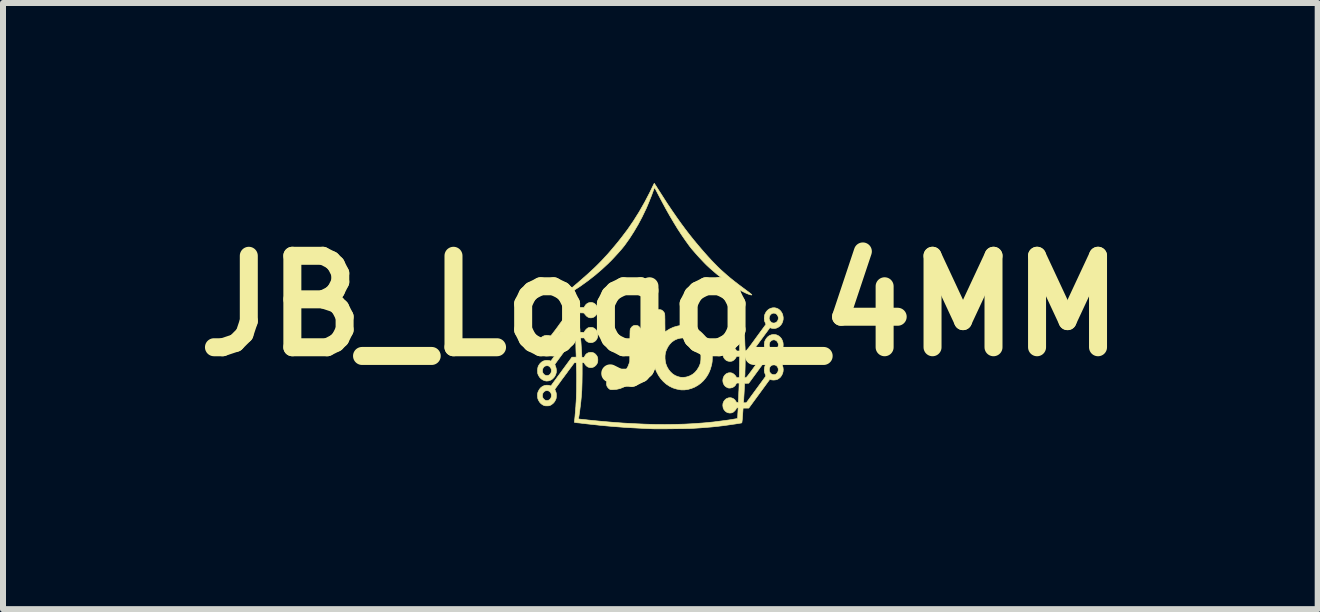
<source format=kicad_pcb>
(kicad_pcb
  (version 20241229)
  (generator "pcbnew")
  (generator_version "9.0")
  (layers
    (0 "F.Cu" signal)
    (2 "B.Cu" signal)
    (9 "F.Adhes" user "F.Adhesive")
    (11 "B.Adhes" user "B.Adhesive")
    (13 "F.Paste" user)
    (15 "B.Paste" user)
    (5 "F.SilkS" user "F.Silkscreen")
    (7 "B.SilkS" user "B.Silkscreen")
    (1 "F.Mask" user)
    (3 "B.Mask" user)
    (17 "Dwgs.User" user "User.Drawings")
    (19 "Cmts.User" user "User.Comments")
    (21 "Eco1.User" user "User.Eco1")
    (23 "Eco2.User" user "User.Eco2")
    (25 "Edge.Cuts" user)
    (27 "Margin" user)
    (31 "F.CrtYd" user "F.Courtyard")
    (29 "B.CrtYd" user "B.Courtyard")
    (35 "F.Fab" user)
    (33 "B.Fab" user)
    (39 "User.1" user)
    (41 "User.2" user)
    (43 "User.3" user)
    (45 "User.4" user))
  (footprint "JB_Logo_4MM"
    (layer "F.Cu")
    (at 7.954 2.047)
    (property "Reference" "JB_Logo_4MM" (at 0 0 0) (layer "F.SilkS") (effects (font (size 1.524 1.524) (thickness 0.3))))
    (attr exclude_from_pos_files exclude_from_bom)
    (fp_poly (pts (xy -0.389 0.327) (xy -0.371 0.333) (xy -0.37 0.333) (xy -0.355 0.345) (xy -0.34 0.362) (xy -0.328 0.38) (xy -0.321 0.396) (xy -0.32 0.404) (xy -0.319 0.42) (xy -0.319 0.444) (xy -0.318 0.475) (xy -0.318 0.513) (xy -0.317 0.557) (xy -0.317 0.606) (xy -0.317 0.66) (xy -0.317 0.661) (xy -0.317 0.719) (xy -0.317 0.769) (xy -0.317 0.812) (xy -0.318 0.849) (xy -0.319 0.88) (xy -0.32 0.906) (xy -0.321 0.928) (xy -0.323 0.947) (xy -0.325 0.964) (xy -0.328 0.98) (xy -0.332 0.995) (xy -0.336 1.01) (xy -0.341 1.027) (xy -0.342 1.029) (xy -0.365 1.092) (xy -0.394 1.15) (xy -0.43 1.203) (xy -0.47 1.251) (xy -0.515 1.293) (xy -0.564 1.328) (xy -0.617 1.356) (xy -0.672 1.378) (xy -0.73 1.391) (xy -0.776 1.395) (xy -0.798 1.396) (xy -0.814 1.396) (xy -0.826 1.395) (xy -0.835 1.393) (xy -0.843 1.389) (xy -0.844 1.389) (xy -0.861 1.376) (xy -0.876 1.359) (xy -0.889 1.339) (xy -0.893 1.326) (xy -0.898 1.296) (xy -0.895 1.267) (xy -0.884 1.241) (xy -0.875 1.228) (xy -0.861 1.213) (xy -0.846 1.202) (xy -0.828 1.194) (xy -0.805 1.19) (xy -0.787 1.187) (xy -0.738 1.18) (xy -0.694 1.165) (xy -0.654 1.143) (xy -0.617 1.114) (xy -0.597 1.094) (xy -0.564 1.053) (xy -0.538 1.007) (xy -0.521 0.962) (xy -0.51 0.927) (xy -0.508 0.663) (xy -0.508 0.608) (xy -0.507 0.561) (xy -0.507 0.521) (xy -0.506 0.489) (xy -0.506 0.462) (xy -0.505 0.441) (xy -0.505 0.424) (xy -0.504 0.411) (xy -0.503 0.401) (xy -0.502 0.394) (xy -0.501 0.389) (xy -0.499 0.385) (xy -0.497 0.381) (xy -0.497 0.38) (xy -0.482 0.357) (xy -0.463 0.339) (xy -0.448 0.331) (xy -0.431 0.326) (xy -0.41 0.325) (xy -0.389 0.327)) (stroke (width 0.01) (type solid)) (fill yes) (layer "F.SilkS"))
    (fp_poly (pts (xy -0.098 -2.038) (xy -0.092 -2.028) (xy -0.082 -2.013) (xy -0.069 -1.994) (xy -0.055 -1.971) (xy -0.047 -1.958) (xy 0.035 -1.83) (xy 0.114 -1.707) (xy 0.192 -1.591) (xy 0.268 -1.481) (xy 0.342 -1.377) (xy 0.413 -1.281) (xy 0.481 -1.192) (xy 0.546 -1.111) (xy 0.548 -1.108) (xy 0.615 -1.027) (xy 0.678 -0.953) (xy 0.737 -0.885) (xy 0.794 -0.821) (xy 0.848 -0.762) (xy 0.901 -0.707) (xy 0.953 -0.654) (xy 1.005 -0.604) (xy 1.059 -0.556) (xy 1.113 -0.508) (xy 1.17 -0.46) (xy 1.229 -0.413) (xy 1.292 -0.364) (xy 1.36 -0.313) (xy 1.414 -0.273) (xy 1.439 -0.254) (xy 1.462 -0.237) (xy 1.482 -0.222) (xy 1.498 -0.209) (xy 1.51 -0.199) (xy 1.516 -0.194) (xy 1.525 -0.182) (xy 1.513 -0.182) (xy 1.499 -0.185) (xy 1.479 -0.191) (xy 1.454 -0.2) (xy 1.424 -0.213) (xy 1.391 -0.229) (xy 1.356 -0.247) (xy 1.319 -0.267) (xy 1.281 -0.289) (xy 1.278 -0.29) (xy 1.164 -0.362) (xy 1.051 -0.442) (xy 0.938 -0.531) (xy 0.827 -0.627) (xy 0.771 -0.679) (xy 0.746 -0.704) (xy 0.718 -0.733) (xy 0.687 -0.766) (xy 0.654 -0.801) (xy 0.621 -0.837) (xy 0.589 -0.873) (xy 0.558 -0.909) (xy 0.53 -0.941) (xy 0.506 -0.971) (xy 0.487 -0.995) (xy 0.486 -0.996) (xy 0.419 -1.089) (xy 0.352 -1.186) (xy 0.286 -1.287) (xy 0.221 -1.394) (xy 0.154 -1.507) (xy 0.087 -1.626) (xy 0.019 -1.753) (xy -0.038 -1.861) (xy -0.056 -1.896) (xy -0.07 -1.923) (xy -0.081 -1.943) (xy -0.089 -1.957) (xy -0.095 -1.965) (xy -0.098 -1.969) (xy -0.1 -1.968) (xy -0.113 -1.931) (xy -0.129 -1.888) (xy -0.146 -1.841) (xy -0.166 -1.792) (xy -0.185 -1.743) (xy -0.205 -1.695) (xy -0.224 -1.65) (xy -0.241 -1.611) (xy -0.244 -1.606) (xy -0.305 -1.479) (xy -0.371 -1.355) (xy -0.442 -1.235) (xy -0.516 -1.12) (xy -0.593 -1.012) (xy -0.603 -0.999) (xy -0.622 -0.975) (xy -0.646 -0.946) (xy -0.673 -0.915) (xy -0.704 -0.88) (xy -0.736 -0.845) (xy -0.769 -0.809) (xy -0.801 -0.775) (xy -0.832 -0.743) (xy -0.861 -0.715) (xy -0.864 -0.711) (xy -0.973 -0.61) (xy -1.086 -0.513) (xy -1.202 -0.422) (xy -1.32 -0.337) (xy -1.355 -0.313) (xy -1.394 -0.288) (xy -1.431 -0.264) (xy -1.465 -0.243) (xy -1.497 -0.225) (xy -1.526 -0.209) (xy -1.55 -0.197) (xy -1.57 -0.189) (xy -1.585 -0.184) (xy -1.594 -0.183) (xy -1.597 -0.186) (xy -1.595 -0.191) (xy -1.589 -0.198) (xy -1.579 -0.208) (xy -1.564 -0.223) (xy -1.544 -0.241) (xy -1.518 -0.263) (xy -1.487 -0.29) (xy -1.449 -0.322) (xy -1.43 -0.338) (xy -1.353 -0.404) (xy -1.281 -0.467) (xy -1.214 -0.526) (xy -1.152 -0.583) (xy -1.093 -0.638) (xy -1.037 -0.693) (xy -0.983 -0.748) (xy -0.931 -0.804) (xy -0.878 -0.861) (xy -0.826 -0.921) (xy -0.772 -0.985) (xy -0.716 -1.052) (xy -0.658 -1.125) (xy -0.651 -1.134) (xy -0.546 -1.272) (xy -0.446 -1.418) (xy -0.35 -1.571) (xy -0.259 -1.731) (xy -0.172 -1.898) (xy -0.138 -1.969) (xy -0.127 -1.992) (xy -0.117 -2.012) (xy -0.109 -2.028) (xy -0.104 -2.038) (xy -0.101 -2.042) (xy -0.098 -2.038)) (stroke (width 0.01) (type solid)) (fill yes) (layer "F.SilkS"))
    (fp_poly (pts (xy 0.005 0.065) (xy 0.019 0.069) (xy 0.041 0.084) (xy 0.06 0.106) (xy 0.066 0.118) (xy 0.069 0.123) (xy 0.071 0.129) (xy 0.072 0.135) (xy 0.073 0.144) (xy 0.074 0.157) (xy 0.075 0.174) (xy 0.075 0.196) (xy 0.076 0.224) (xy 0.076 0.26) (xy 0.076 0.286) (xy 0.078 0.435) (xy 0.105 0.416) (xy 0.161 0.382) (xy 0.221 0.355) (xy 0.284 0.337) (xy 0.314 0.331) (xy 0.374 0.326) (xy 0.434 0.329) (xy 0.494 0.341) (xy 0.553 0.361) (xy 0.61 0.39) (xy 0.654 0.419) (xy 0.675 0.436) (xy 0.699 0.458) (xy 0.723 0.483) (xy 0.746 0.508) (xy 0.765 0.533) (xy 0.768 0.538) (xy 0.8 0.59) (xy 0.826 0.648) (xy 0.845 0.709) (xy 0.859 0.772) (xy 0.865 0.835) (xy 0.866 0.859) (xy 0.865 0.898) (xy 0.863 0.931) (xy 0.858 0.963) (xy 0.85 0.996) (xy 0.847 1.008) (xy 0.833 1.055) (xy 0.817 1.097) (xy 0.797 1.137) (xy 0.773 1.177) (xy 0.755 1.202) (xy 0.717 1.248) (xy 0.673 1.289) (xy 0.625 1.324) (xy 0.572 1.354) (xy 0.518 1.376) (xy 0.461 1.392) (xy 0.404 1.4) (xy 0.348 1.4) (xy 0.333 1.398) (xy 0.27 1.386) (xy 0.209 1.367) (xy 0.152 1.339) (xy 0.099 1.304) (xy 0.051 1.262) (xy 0.007 1.213) (xy -0.031 1.158) (xy -0.064 1.096) (xy -0.066 1.092) (xy -0.083 1.05) (xy -0.097 1.002) (xy -0.104 0.972) (xy -0.105 0.966) (xy -0.107 0.959) (xy -0.107 0.95) (xy -0.108 0.938) (xy -0.109 0.924) (xy -0.11 0.907) (xy -0.11 0.885) (xy -0.11 0.876) (xy 0.078 0.876) (xy 0.082 0.919) (xy 0.09 0.958) (xy 0.092 0.966) (xy 0.112 1.017) (xy 0.138 1.062) (xy 0.169 1.1) (xy 0.204 1.133) (xy 0.244 1.159) (xy 0.286 1.177) (xy 0.331 1.189) (xy 0.378 1.192) (xy 0.426 1.187) (xy 0.449 1.181) (xy 0.496 1.164) (xy 0.54 1.139) (xy 0.578 1.107) (xy 0.611 1.068) (xy 0.639 1.023) (xy 0.646 1.01) (xy 0.658 0.981) (xy 0.667 0.955) (xy 0.672 0.928) (xy 0.675 0.899) (xy 0.676 0.865) (xy 0.676 0.861) (xy 0.676 0.835) (xy 0.675 0.816) (xy 0.673 0.8) (xy 0.67 0.785) (xy 0.666 0.769) (xy 0.665 0.767) (xy 0.646 0.716) (xy 0.621 0.671) (xy 0.591 0.632) (xy 0.554 0.598) (xy 0.51 0.568) (xy 0.505 0.565) (xy 0.463 0.547) (xy 0.418 0.537) (xy 0.373 0.534) (xy 0.327 0.539) (xy 0.282 0.551) (xy 0.239 0.57) (xy 0.199 0.597) (xy 0.187 0.607) (xy 0.157 0.639) (xy 0.13 0.676) (xy 0.108 0.718) (xy 0.091 0.76) (xy 0.083 0.792) (xy 0.078 0.832) (xy 0.078 0.876) (xy -0.11 0.876) (xy -0.111 0.859) (xy -0.111 0.828) (xy -0.111 0.791) (xy -0.112 0.747) (xy -0.112 0.697) (xy -0.112 0.639) (xy -0.113 0.573) (xy -0.113 0.547) (xy -0.113 0.473) (xy -0.113 0.407) (xy -0.113 0.35) (xy -0.113 0.3) (xy -0.113 0.258) (xy -0.113 0.222) (xy -0.112 0.193) (xy -0.112 0.171) (xy -0.111 0.154) (xy -0.11 0.142) (xy -0.11 0.135) (xy -0.109 0.135) (xy -0.101 0.114) (xy -0.087 0.094) (xy -0.07 0.078) (xy -0.059 0.071) (xy -0.04 0.065) (xy -0.017 0.063) (xy 0.005 0.065)) (stroke (width 0.01) (type solid)) (fill yes) (layer "F.SilkS"))
    (fp_poly (pts (xy 1.316 -0.183) (xy 1.322 -0.17) (xy 1.328 -0.15) (xy 1.334 -0.123) (xy 1.341 -0.089) (xy 1.348 -0.051) (xy 1.355 -0.007) (xy 1.361 0.042) (xy 1.368 0.094) (xy 1.375 0.149) (xy 1.381 0.206) (xy 1.386 0.26) (xy 1.39 0.314) (xy 1.395 0.373) (xy 1.399 0.434) (xy 1.403 0.495) (xy 1.406 0.552) (xy 1.408 0.604) (xy 1.408 0.605) (xy 1.409 0.633) (xy 1.41 0.661) (xy 1.412 0.688) (xy 1.413 0.709) (xy 1.413 0.711) (xy 1.413 0.723) (xy 1.414 0.734) (xy 1.415 0.742) (xy 1.417 0.748) (xy 1.421 0.75) (xy 1.425 0.75) (xy 1.432 0.745) (xy 1.441 0.736) (xy 1.452 0.723) (xy 1.467 0.706) (xy 1.484 0.683) (xy 1.506 0.654) (xy 1.531 0.62) (xy 1.561 0.579) (xy 1.595 0.532) (xy 1.598 0.528) (xy 1.76 0.307) (xy 1.747 0.277) (xy 1.74 0.262) (xy 1.736 0.25) (xy 1.734 0.237) (xy 1.733 0.221) (xy 1.733 0.205) (xy 1.733 0.204) (xy 1.813 0.204) (xy 1.814 0.215) (xy 1.823 0.242) (xy 1.837 0.263) (xy 1.855 0.278) (xy 1.876 0.286) (xy 1.9 0.286) (xy 1.924 0.278) (xy 1.925 0.277) (xy 1.943 0.264) (xy 1.957 0.244) (xy 1.963 0.228) (xy 1.966 0.207) (xy 1.965 0.189) (xy 1.959 0.171) (xy 1.946 0.148) (xy 1.928 0.132) (xy 1.907 0.123) (xy 1.884 0.121) (xy 1.86 0.128) (xy 1.859 0.128) (xy 1.841 0.142) (xy 1.826 0.16) (xy 1.817 0.181) (xy 1.813 0.204) (xy 1.733 0.204) (xy 1.734 0.183) (xy 1.735 0.167) (xy 1.738 0.154) (xy 1.742 0.141) (xy 1.744 0.136) (xy 1.762 0.102) (xy 1.783 0.076) (xy 1.809 0.055) (xy 1.84 0.04) (xy 1.874 0.032) (xy 1.908 0.032) (xy 1.941 0.04) (xy 1.971 0.055) (xy 1.997 0.077) (xy 2.019 0.105) (xy 2.036 0.138) (xy 2.04 0.152) (xy 2.047 0.189) (xy 2.047 0.224) (xy 2.04 0.258) (xy 2.027 0.29) (xy 2.009 0.318) (xy 1.986 0.341) (xy 1.96 0.359) (xy 1.93 0.372) (xy 1.899 0.377) (xy 1.866 0.375) (xy 1.851 0.372) (xy 1.837 0.367) (xy 1.828 0.366) (xy 1.823 0.367) (xy 1.82 0.37) (xy 1.819 0.372) (xy 1.815 0.377) (xy 1.807 0.388) (xy 1.795 0.405) (xy 1.779 0.427) (xy 1.759 0.454) (xy 1.737 0.484) (xy 1.712 0.518) (xy 1.685 0.555) (xy 1.656 0.593) (xy 1.643 0.612) (xy 1.473 0.843) (xy 1.444 0.844) (xy 1.415 0.846) (xy 1.413 0.998) (xy 1.412 1.035) (xy 1.411 1.07) (xy 1.41 1.102) (xy 1.41 1.13) (xy 1.409 1.152) (xy 1.408 1.168) (xy 1.408 1.174) (xy 1.405 1.197) (xy 1.421 1.196) (xy 1.424 1.195) (xy 1.427 1.194) (xy 1.431 1.192) (xy 1.435 1.188) (xy 1.441 1.183) (xy 1.448 1.174) (xy 1.458 1.163) (xy 1.47 1.147) (xy 1.484 1.128) (xy 1.502 1.104) (xy 1.524 1.075) (xy 1.549 1.04) (xy 1.579 0.999) (xy 1.598 0.973) (xy 1.76 0.752) (xy 1.747 0.722) (xy 1.74 0.707) (xy 1.736 0.695) (xy 1.734 0.682) (xy 1.733 0.666) (xy 1.733 0.652) (xy 1.814 0.652) (xy 1.818 0.676) (xy 1.828 0.697) (xy 1.844 0.716) (xy 1.846 0.717) (xy 1.866 0.729) (xy 1.887 0.733) (xy 1.911 0.729) (xy 1.912 0.729) (xy 1.931 0.719) (xy 1.948 0.702) (xy 1.96 0.681) (xy 1.966 0.657) (xy 1.967 0.645) (xy 1.965 0.634) (xy 1.961 0.62) (xy 1.959 0.616) (xy 1.946 0.593) (xy 1.928 0.577) (xy 1.907 0.568) (xy 1.884 0.566) (xy 1.86 0.573) (xy 1.859 0.573) (xy 1.839 0.588) (xy 1.825 0.606) (xy 1.817 0.629) (xy 1.814 0.652) (xy 1.733 0.652) (xy 1.733 0.65) (xy 1.734 0.629) (xy 1.735 0.613) (xy 1.737 0.601) (xy 1.742 0.587) (xy 1.746 0.577) (xy 1.765 0.544) (xy 1.789 0.517) (xy 1.817 0.496) (xy 1.848 0.483) (xy 1.881 0.477) (xy 1.915 0.479) (xy 1.937 0.484) (xy 1.969 0.499) (xy 1.995 0.52) (xy 2.017 0.545) (xy 2.032 0.574) (xy 2.043 0.606) (xy 2.047 0.639) (xy 2.046 0.672) (xy 2.04 0.705) (xy 2.027 0.735) (xy 2.009 0.763) (xy 1.985 0.788) (xy 1.957 0.806) (xy 1.93 0.816) (xy 1.901 0.822) (xy 1.873 0.822) (xy 1.857 0.819) (xy 1.844 0.815) (xy 1.833 0.812) (xy 1.831 0.812) (xy 1.828 0.812) (xy 1.824 0.816) (xy 1.818 0.822) (xy 1.81 0.832) (xy 1.799 0.845) (xy 1.786 0.863) (xy 1.768 0.885) (xy 1.748 0.913) (xy 1.723 0.946) (xy 1.695 0.986) (xy 1.661 1.031) (xy 1.648 1.05) (xy 1.473 1.289) (xy 1.439 1.29) (xy 1.404 1.29) (xy 1.397 1.427) (xy 1.395 1.462) (xy 1.393 1.496) (xy 1.391 1.526) (xy 1.39 1.553) (xy 1.388 1.573) (xy 1.387 1.587) (xy 1.387 1.589) (xy 1.385 1.615) (xy 1.433 1.615) (xy 1.593 1.396) (xy 1.621 1.358) (xy 1.648 1.321) (xy 1.673 1.287) (xy 1.695 1.257) (xy 1.715 1.23) (xy 1.731 1.207) (xy 1.744 1.19) (xy 1.752 1.178) (xy 1.756 1.172) (xy 1.757 1.172) (xy 1.756 1.165) (xy 1.753 1.153) (xy 1.747 1.138) (xy 1.747 1.136) (xy 1.74 1.12) (xy 1.736 1.107) (xy 1.734 1.093) (xy 1.734 1.075) (xy 1.734 1.071) (xy 1.815 1.071) (xy 1.82 1.094) (xy 1.83 1.114) (xy 1.846 1.131) (xy 1.864 1.142) (xy 1.886 1.147) (xy 1.908 1.146) (xy 1.919 1.142) (xy 1.93 1.134) (xy 1.942 1.124) (xy 1.945 1.12) (xy 1.959 1.097) (xy 1.965 1.074) (xy 1.965 1.05) (xy 1.958 1.028) (xy 1.947 1.009) (xy 1.93 0.994) (xy 1.909 0.985) (xy 1.89 0.983) (xy 1.865 0.987) (xy 1.844 0.998) (xy 1.828 1.016) (xy 1.818 1.041) (xy 1.817 1.046) (xy 1.815 1.071) (xy 1.734 1.071) (xy 1.733 1.065) (xy 1.736 1.03) (xy 1.743 1.001) (xy 1.755 0.974) (xy 1.772 0.95) (xy 1.796 0.926) (xy 1.822 0.908) (xy 1.852 0.896) (xy 1.854 0.896) (xy 1.887 0.891) (xy 1.92 0.894) (xy 1.951 0.905) (xy 1.98 0.923) (xy 2.006 0.948) (xy 2.026 0.978) (xy 2.033 0.99) (xy 2.044 1.025) (xy 2.048 1.061) (xy 2.045 1.097) (xy 2.035 1.131) (xy 2.019 1.163) (xy 1.998 1.191) (xy 1.971 1.213) (xy 1.952 1.224) (xy 1.931 1.231) (xy 1.905 1.235) (xy 1.879 1.236) (xy 1.854 1.233) (xy 1.845 1.231) (xy 1.824 1.224) (xy 1.473 1.704) (xy 1.426 1.704) (xy 1.379 1.704) (xy 1.374 1.772) (xy 1.371 1.816) (xy 1.368 1.852) (xy 1.366 1.882) (xy 1.364 1.904) (xy 1.362 1.921) (xy 1.36 1.934) (xy 1.359 1.942) (xy 1.357 1.947) (xy 1.355 1.95) (xy 1.354 1.95) (xy 1.348 1.952) (xy 1.336 1.954) (xy 1.317 1.957) (xy 1.294 1.961) (xy 1.267 1.965) (xy 1.238 1.97) (xy 1.233 1.97) (xy 1.139 1.984) (xy 1.045 1.997) (xy 0.951 2.008) (xy 0.856 2.018) (xy 0.756 2.026) (xy 0.652 2.034) (xy 0.542 2.041) (xy 0.528 2.042) (xy 0.511 2.043) (xy 0.487 2.044) (xy 0.456 2.044) (xy 0.42 2.045) (xy 0.379 2.046) (xy 0.335 2.046) (xy 0.288 2.047) (xy 0.24 2.047) (xy 0.191 2.048) (xy 0.142 2.048) (xy 0.094 2.049) (xy 0.048 2.049) (xy 0.005 2.049) (xy -0.035 2.049) (xy -0.069 2.049) (xy -0.098 2.049) (xy -0.121 2.048) (xy -0.132 2.048) (xy -0.255 2.043) (xy -0.371 2.037) (xy -0.481 2.031) (xy -0.588 2.025) (xy -0.692 2.017) (xy -0.796 2.009) (xy -0.899 2) (xy -1.005 1.99) (xy -1.114 1.978) (xy -1.227 1.966) (xy -1.264 1.961) (xy -1.295 1.958) (xy -1.325 1.954) (xy -1.352 1.951) (xy -1.376 1.949) (xy -1.394 1.947) (xy -1.405 1.945) (xy -1.405 1.945) (xy -1.419 1.943) (xy -1.428 1.942) (xy -1.432 1.94) (xy -1.432 1.935) (xy -1.431 1.923) (xy -1.429 1.906) (xy -1.428 1.895) (xy -1.425 1.87) (xy -1.422 1.838) (xy -1.419 1.801) (xy -1.415 1.76) (xy -1.412 1.717) (xy -1.408 1.673) (xy -1.406 1.631) (xy -1.403 1.593) (xy -1.402 1.573) (xy -1.4 1.531) (xy -1.399 1.483) (xy -1.397 1.429) (xy -1.396 1.372) (xy -1.396 1.313) (xy -1.395 1.254) (xy -1.395 1.197) (xy -1.395 1.143) (xy -1.396 1.095) (xy -1.397 1.063) (xy -1.4 0.95) (xy -1.414 0.947) (xy -1.427 0.946) (xy -1.434 0.949) (xy -1.437 0.953) (xy -1.445 0.963) (xy -1.457 0.979) (xy -1.472 1) (xy -1.49 1.024) (xy -1.511 1.052) (xy -1.534 1.082) (xy -1.557 1.115) (xy -1.582 1.148) (xy -1.607 1.182) (xy -1.632 1.215) (xy -1.656 1.248) (xy -1.678 1.279) (xy -1.699 1.307) (xy -1.717 1.332) (xy -1.732 1.353) (xy -1.744 1.369) (xy -1.752 1.38) (xy -1.755 1.384) (xy -1.757 1.389) (xy -1.756 1.397) (xy -1.752 1.408) (xy -1.746 1.422) (xy -1.74 1.437) (xy -1.736 1.45) (xy -1.734 1.464) (xy -1.733 1.48) (xy -1.733 1.495) (xy -1.734 1.516) (xy -1.735 1.531) (xy -1.737 1.544) (xy -1.742 1.557) (xy -1.746 1.566) (xy -1.764 1.599) (xy -1.789 1.627) (xy -1.819 1.649) (xy -1.825 1.652) (xy -1.838 1.659) (xy -1.85 1.663) (xy -1.862 1.665) (xy -1.878 1.666) (xy -1.89 1.666) (xy -1.909 1.666) (xy -1.923 1.664) (xy -1.935 1.661) (xy -1.947 1.656) (xy -1.956 1.652) (xy -1.987 1.631) (xy -2.012 1.604) (xy -2.032 1.57) (xy -2.033 1.567) (xy -2.04 1.551) (xy -2.043 1.539) (xy -2.045 1.525) (xy -2.046 1.508) (xy -2.046 1.495) (xy -2.046 1.486) (xy -1.966 1.486) (xy -1.965 1.511) (xy -1.957 1.534) (xy -1.943 1.554) (xy -1.924 1.569) (xy -1.916 1.573) (xy -1.9 1.578) (xy -1.887 1.578) (xy -1.871 1.575) (xy -1.867 1.574) (xy -1.847 1.564) (xy -1.831 1.547) (xy -1.82 1.526) (xy -1.815 1.503) (xy -1.815 1.479) (xy -1.823 1.456) (xy -1.826 1.449) (xy -1.842 1.43) (xy -1.862 1.417) (xy -1.883 1.412) (xy -1.905 1.413) (xy -1.926 1.421) (xy -1.944 1.436) (xy -1.958 1.457) (xy -1.959 1.461) (xy -1.966 1.486) (xy -2.046 1.486) (xy -2.046 1.474) (xy -2.045 1.458) (xy -2.042 1.446) (xy -2.037 1.432) (xy -2.033 1.423) (xy -2.015 1.39) (xy -1.992 1.363) (xy -1.964 1.342) (xy -1.933 1.328) (xy -1.901 1.322) (xy -1.867 1.323) (xy -1.847 1.328) (xy -1.834 1.331) (xy -1.826 1.333) (xy -1.822 1.331) (xy -1.819 1.328) (xy -1.816 1.324) (xy -1.808 1.313) (xy -1.796 1.296) (xy -1.78 1.274) (xy -1.761 1.248) (xy -1.738 1.217) (xy -1.714 1.183) (xy -1.687 1.147) (xy -1.658 1.108) (xy -1.644 1.088) (xy -1.473 0.855) (xy -1.402 0.854) (xy -1.404 0.797) (xy -1.405 0.776) (xy -1.406 0.747) (xy -1.407 0.715) (xy -1.408 0.68) (xy -1.408 0.645) (xy -1.409 0.635) (xy -1.411 0.529) (xy -1.422 0.529) (xy -1.425 0.53) (xy -1.428 0.532) (xy -1.433 0.537) (xy -1.44 0.544) (xy -1.449 0.555) (xy -1.46 0.569) (xy -1.474 0.587) (xy -1.492 0.61) (xy -1.513 0.638) (xy -1.537 0.672) (xy -1.567 0.712) (xy -1.593 0.748) (xy -1.621 0.786) (xy -1.648 0.823) (xy -1.673 0.857) (xy -1.695 0.887) (xy -1.715 0.914) (xy -1.731 0.937) (xy -1.744 0.954) (xy -1.752 0.966) (xy -1.756 0.972) (xy -1.757 0.972) (xy -1.757 0.979) (xy -1.753 0.991) (xy -1.75 1) (xy -1.737 1.037) (xy -1.732 1.074) (xy -1.734 1.111) (xy -1.744 1.146) (xy -1.762 1.179) (xy -1.778 1.199) (xy -1.801 1.221) (xy -1.824 1.236) (xy -1.85 1.246) (xy -1.864 1.25) (xy -1.897 1.253) (xy -1.929 1.247) (xy -1.959 1.234) (xy -1.988 1.214) (xy -2.012 1.189) (xy -2.031 1.158) (xy -2.035 1.149) (xy -2.04 1.136) (xy -2.044 1.124) (xy -2.045 1.11) (xy -2.046 1.092) (xy -2.046 1.089) (xy -1.965 1.089) (xy -1.959 1.114) (xy -1.946 1.135) (xy -1.929 1.15) (xy -1.908 1.159) (xy -1.886 1.162) (xy -1.863 1.156) (xy -1.85 1.15) (xy -1.833 1.134) (xy -1.821 1.112) (xy -1.815 1.088) (xy -1.816 1.063) (xy -1.817 1.059) (xy -1.824 1.04) (xy -1.837 1.022) (xy -1.851 1.008) (xy -1.864 1.001) (xy -1.884 0.997) (xy -1.906 0.999) (xy -1.926 1.006) (xy -1.932 1.01) (xy -1.948 1.026) (xy -1.959 1.047) (xy -1.965 1.07) (xy -1.965 1.089) (xy -2.046 1.089) (xy -2.046 1.079) (xy -2.044 1.046) (xy -2.039 1.019) (xy -2.029 0.995) (xy -2.013 0.972) (xy -2.006 0.962) (xy -1.98 0.937) (xy -1.95 0.919) (xy -1.917 0.91) (xy -1.899 0.908) (xy -1.871 0.909) (xy -1.848 0.913) (xy -1.845 0.913) (xy -1.825 0.92) (xy -1.649 0.68) (xy -1.473 0.44) (xy -1.413 0.44) (xy -1.416 0.375) (xy -1.417 0.349) (xy -1.418 0.317) (xy -1.419 0.282) (xy -1.42 0.246) (xy -1.421 0.212) (xy -1.422 0.179) (xy -1.423 0.154) (xy -1.424 0.136) (xy -1.425 0.124) (xy -1.427 0.118) (xy -1.429 0.116) (xy -1.429 0.116) (xy -1.432 0.119) (xy -1.44 0.129) (xy -1.453 0.144) (xy -1.469 0.165) (xy -1.488 0.19) (xy -1.509 0.219) (xy -1.533 0.251) (xy -1.559 0.286) (xy -1.582 0.317) (xy -1.609 0.354) (xy -1.636 0.39) (xy -1.66 0.424) (xy -1.683 0.455) (xy -1.703 0.482) (xy -1.72 0.505) (xy -1.733 0.523) (xy -1.741 0.535) (xy -1.745 0.54) (xy -1.761 0.561) (xy -1.753 0.577) (xy -1.739 0.613) (xy -1.732 0.65) (xy -1.733 0.686) (xy -1.741 0.721) (xy -1.756 0.754) (xy -1.776 0.784) (xy -1.803 0.808) (xy -1.824 0.822) (xy -1.848 0.831) (xy -1.876 0.835) (xy -1.905 0.836) (xy -1.932 0.831) (xy -1.935 0.83) (xy -1.966 0.816) (xy -1.993 0.795) (xy -2.015 0.769) (xy -2.032 0.738) (xy -2.043 0.705) (xy -2.048 0.669) (xy -2.047 0.655) (xy -1.965 0.655) (xy -1.965 0.678) (xy -1.958 0.701) (xy -1.947 0.717) (xy -1.932 0.731) (xy -1.913 0.742) (xy -1.893 0.747) (xy -1.89 0.747) (xy -1.877 0.745) (xy -1.862 0.74) (xy -1.859 0.739) (xy -1.839 0.725) (xy -1.825 0.706) (xy -1.817 0.685) (xy -1.814 0.661) (xy -1.818 0.638) (xy -1.827 0.617) (xy -1.842 0.6) (xy -1.854 0.591) (xy -1.877 0.582) (xy -1.899 0.582) (xy -1.919 0.588) (xy -1.936 0.599) (xy -1.95 0.615) (xy -1.96 0.634) (xy -1.965 0.655) (xy -2.047 0.655) (xy -2.045 0.633) (xy -2.036 0.598) (xy -2.033 0.591) (xy -2.015 0.559) (xy -1.992 0.533) (xy -1.965 0.512) (xy -1.935 0.498) (xy -1.903 0.491) (xy -1.871 0.492) (xy -1.864 0.493) (xy -1.85 0.497) (xy -1.837 0.499) (xy -1.83 0.5) (xy -1.828 0.498) (xy -1.823 0.494) (xy -1.815 0.486) (xy -1.805 0.474) (xy -1.792 0.457) (xy -1.776 0.436) (xy -1.756 0.41) (xy -1.732 0.378) (xy -1.704 0.34) (xy -1.672 0.295) (xy -1.647 0.262) (xy -1.473 0.024) (xy -1.45 0.023) (xy -1.427 0.022) (xy -1.425 -0.066) (xy -1.424 -0.101) (xy -1.423 -0.128) (xy -1.422 -0.148) (xy -1.42 -0.161) (xy -1.418 -0.17) (xy -1.415 -0.173) (xy -1.414 -0.173) (xy -1.412 -0.171) (xy -1.41 -0.165) (xy -1.407 -0.153) (xy -1.404 -0.134) (xy -1.399 -0.109) (xy -1.395 -0.076) (xy -1.391 -0.052) (xy -1.38 0.027) (xy -1.325 0.027) (xy -1.27 0.026) (xy -1.258 0.003) (xy -1.24 -0.022) (xy -1.217 -0.041) (xy -1.19 -0.053) (xy -1.16 -0.057) (xy -1.148 -0.057) (xy -1.118 -0.05) (xy -1.092 -0.035) (xy -1.07 -0.014) (xy -1.053 0.014) (xy -1.048 0.027) (xy -1.041 0.056) (xy -1.042 0.086) (xy -1.047 0.111) (xy -1.057 0.134) (xy -1.072 0.156) (xy -1.092 0.176) (xy -1.113 0.189) (xy -1.122 0.193) (xy -1.153 0.2) (xy -1.181 0.198) (xy -1.207 0.187) (xy -1.232 0.169) (xy -1.239 0.161) (xy -1.25 0.148) (xy -1.26 0.136) (xy -1.266 0.128) (xy -1.266 0.127) (xy -1.269 0.123) (xy -1.273 0.12) (xy -1.281 0.119) (xy -1.293 0.117) (xy -1.312 0.117) (xy -1.321 0.116) (xy -1.371 0.115) (xy -1.368 0.13) (xy -1.367 0.138) (xy -1.365 0.153) (xy -1.363 0.175) (xy -1.36 0.202) (xy -1.357 0.234) (xy -1.353 0.268) (xy -1.35 0.305) (xy -1.346 0.342) (xy -1.342 0.378) (xy -1.339 0.412) (xy -1.339 0.415) (xy -1.336 0.44) (xy -1.317 0.44) (xy -1.302 0.441) (xy -1.289 0.442) (xy -1.285 0.443) (xy -1.278 0.444) (xy -1.272 0.441) (xy -1.266 0.433) (xy -1.263 0.426) (xy -1.248 0.404) (xy -1.23 0.385) (xy -1.21 0.37) (xy -1.204 0.366) (xy -1.188 0.361) (xy -1.166 0.359) (xy -1.158 0.359) (xy -1.14 0.359) (xy -1.126 0.362) (xy -1.114 0.367) (xy -1.107 0.37) (xy -1.081 0.389) (xy -1.062 0.413) (xy -1.048 0.441) (xy -1.042 0.472) (xy -1.042 0.504) (xy -1.048 0.53) (xy -1.062 0.559) (xy -1.08 0.582) (xy -1.105 0.599) (xy -1.106 0.6) (xy -1.134 0.611) (xy -1.163 0.614) (xy -1.191 0.609) (xy -1.217 0.598) (xy -1.24 0.579) (xy -1.258 0.555) (xy -1.258 0.554) (xy -1.269 0.534) (xy -1.329 0.534) (xy -1.327 0.562) (xy -1.326 0.573) (xy -1.324 0.592) (xy -1.322 0.617) (xy -1.32 0.647) (xy -1.318 0.68) (xy -1.316 0.715) (xy -1.315 0.723) (xy -1.307 0.856) (xy -1.288 0.858) (xy -1.276 0.858) (xy -1.27 0.856) (xy -1.265 0.849) (xy -1.263 0.844) (xy -1.247 0.816) (xy -1.226 0.795) (xy -1.2 0.781) (xy -1.17 0.775) (xy -1.168 0.775) (xy -1.136 0.776) (xy -1.108 0.785) (xy -1.084 0.802) (xy -1.063 0.826) (xy -1.054 0.841) (xy -1.048 0.855) (xy -1.045 0.867) (xy -1.043 0.881) (xy -1.042 0.9) (xy -1.042 0.901) (xy -1.043 0.921) (xy -1.045 0.936) (xy -1.049 0.949) (xy -1.053 0.959) (xy -1.071 0.986) (xy -1.093 1.007) (xy -1.119 1.022) (xy -1.147 1.029) (xy -1.176 1.028) (xy -1.204 1.02) (xy -1.206 1.019) (xy -1.223 1.008) (xy -1.24 0.993) (xy -1.255 0.975) (xy -1.265 0.959) (xy -1.265 0.959) (xy -1.269 0.951) (xy -1.277 0.948) (xy -1.286 0.947) (xy -1.303 0.948) (xy -1.303 1.133) (xy -1.304 1.21) (xy -1.305 1.279) (xy -1.307 1.343) (xy -1.309 1.405) (xy -1.313 1.464) (xy -1.318 1.525) (xy -1.324 1.587) (xy -1.325 1.599) (xy -1.328 1.622) (xy -1.331 1.649) (xy -1.335 1.68) (xy -1.339 1.712) (xy -1.343 1.746) (xy -1.348 1.778) (xy -1.352 1.808) (xy -1.356 1.835) (xy -1.36 1.856) (xy -1.362 1.871) (xy -1.364 1.878) (xy -1.363 1.882) (xy -1.359 1.884) (xy -1.349 1.886) (xy -1.338 1.888) (xy -1.326 1.889) (xy -1.308 1.891) (xy -1.285 1.893) (xy -1.258 1.896) (xy -1.228 1.899) (xy -1.205 1.902) (xy -1.002 1.922) (xy -0.807 1.939) (xy -0.619 1.953) (xy -0.436 1.963) (xy -0.26 1.971) (xy -0.088 1.976) (xy 0.078 1.977) (xy 0.24 1.975) (xy 0.397 1.971) (xy 0.552 1.963) (xy 0.703 1.952) (xy 0.776 1.946) (xy 0.832 1.94) (xy 0.892 1.934) (xy 0.954 1.926) (xy 1.016 1.918) (xy 1.077 1.91) (xy 1.135 1.902) (xy 1.188 1.894) (xy 1.233 1.886) (xy 1.252 1.883) (xy 1.268 1.88) (xy 1.28 1.878) (xy 1.285 1.877) (xy 1.285 1.877) (xy 1.286 1.873) (xy 1.287 1.862) (xy 1.289 1.845) (xy 1.29 1.824) (xy 1.29 1.823) (xy 1.291 1.797) (xy 1.293 1.771) (xy 1.294 1.748) (xy 1.295 1.734) (xy 1.297 1.699) (xy 1.283 1.699) (xy 1.273 1.7) (xy 1.268 1.705) (xy 1.266 1.71) (xy 1.261 1.722) (xy 1.25 1.737) (xy 1.236 1.752) (xy 1.221 1.766) (xy 1.21 1.774) (xy 1.183 1.784) (xy 1.155 1.786) (xy 1.128 1.781) (xy 1.102 1.77) (xy 1.08 1.753) (xy 1.061 1.73) (xy 1.048 1.703) (xy 1.046 1.696) (xy 1.041 1.662) (xy 1.043 1.63) (xy 1.053 1.6) (xy 1.07 1.574) (xy 1.093 1.552) (xy 1.106 1.544) (xy 1.135 1.533) (xy 1.164 1.53) (xy 1.192 1.535) (xy 1.218 1.547) (xy 1.241 1.566) (xy 1.257 1.589) (xy 1.265 1.601) (xy 1.271 1.608) (xy 1.278 1.61) (xy 1.284 1.61) (xy 1.3 1.61) (xy 1.302 1.56) (xy 1.303 1.545) (xy 1.304 1.524) (xy 1.305 1.499) (xy 1.306 1.469) (xy 1.307 1.438) (xy 1.309 1.407) (xy 1.31 1.376) (xy 1.311 1.348) (xy 1.312 1.324) (xy 1.312 1.306) (xy 1.313 1.294) (xy 1.313 1.291) (xy 1.309 1.287) (xy 1.298 1.286) (xy 1.291 1.286) (xy 1.278 1.286) (xy 1.271 1.288) (xy 1.266 1.293) (xy 1.263 1.301) (xy 1.247 1.328) (xy 1.225 1.348) (xy 1.199 1.362) (xy 1.168 1.369) (xy 1.164 1.369) (xy 1.146 1.37) (xy 1.133 1.368) (xy 1.12 1.364) (xy 1.113 1.36) (xy 1.089 1.346) (xy 1.072 1.33) (xy 1.058 1.309) (xy 1.055 1.303) (xy 1.044 1.273) (xy 1.041 1.242) (xy 1.045 1.211) (xy 1.055 1.182) (xy 1.071 1.157) (xy 1.093 1.136) (xy 1.11 1.125) (xy 1.137 1.116) (xy 1.165 1.114) (xy 1.193 1.119) (xy 1.209 1.127) (xy 1.226 1.139) (xy 1.243 1.155) (xy 1.257 1.172) (xy 1.265 1.186) (xy 1.268 1.192) (xy 1.274 1.195) (xy 1.284 1.197) (xy 1.291 1.197) (xy 1.306 1.196) (xy 1.313 1.193) (xy 1.314 1.191) (xy 1.315 1.185) (xy 1.315 1.172) (xy 1.316 1.152) (xy 1.317 1.125) (xy 1.317 1.094) (xy 1.318 1.059) (xy 1.318 1.021) (xy 1.319 1.013) (xy 1.321 0.841) (xy 1.296 0.841) (xy 1.27 0.841) (xy 1.259 0.863) (xy 1.244 0.884) (xy 1.225 0.903) (xy 1.203 0.917) (xy 1.198 0.919) (xy 1.187 0.922) (xy 1.171 0.924) (xy 1.158 0.925) (xy 1.128 0.921) (xy 1.101 0.91) (xy 1.078 0.891) (xy 1.06 0.868) (xy 1.047 0.839) (xy 1.041 0.81) (xy 1.043 0.777) (xy 1.051 0.746) (xy 1.067 0.718) (xy 1.088 0.695) (xy 1.107 0.682) (xy 1.132 0.672) (xy 1.16 0.669) (xy 1.187 0.673) (xy 1.209 0.682) (xy 1.226 0.694) (xy 1.243 0.71) (xy 1.257 0.727) (xy 1.265 0.741) (xy 1.268 0.747) (xy 1.273 0.75) (xy 1.282 0.752) (xy 1.295 0.752) (xy 1.321 0.752) (xy 1.321 0.519) (xy 1.321 0.47) (xy 1.32 0.42) (xy 1.32 0.369) (xy 1.319 0.321) (xy 1.319 0.276) (xy 1.318 0.236) (xy 1.317 0.201) (xy 1.317 0.176) (xy 1.315 0.11) (xy 1.313 0.051) (xy 1.311 -0.003) (xy 1.31 -0.051) (xy 1.31 -0.093) (xy 1.309 -0.127) (xy 1.309 -0.154) (xy 1.31 -0.173) (xy 1.311 -0.184) (xy 1.312 -0.187) (xy 1.316 -0.183)) (stroke (width 0.01) (type solid)) (fill yes) (layer "F.SilkS")))
  (gr_rect
    (start -3 -3)
    (end 18.908 7.101)
    (stroke (width 0.1) (type default))
    (fill no)
    (layer "Edge.Cuts")))
</source>
